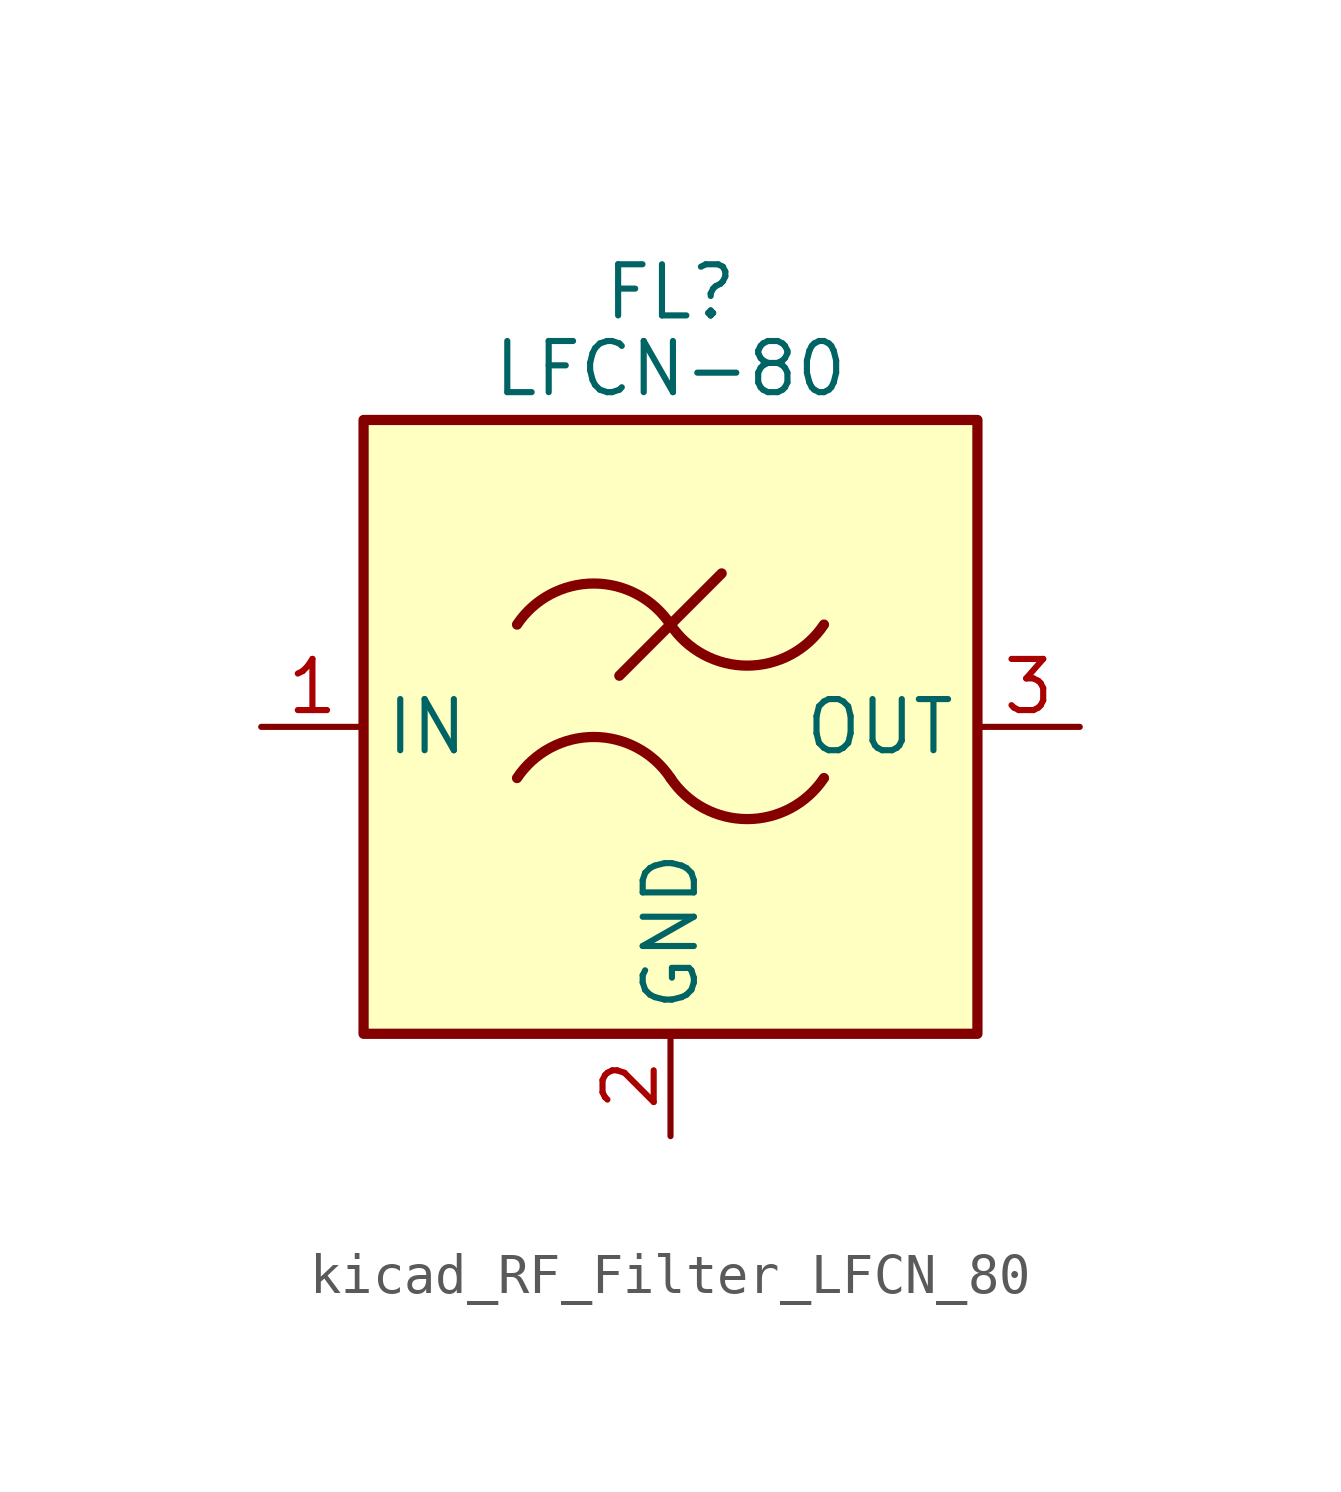
<source format=kicad_sym>
(kicad_symbol_lib
  (version 20220914)
  (generator kicad_symbol_editor)
  (symbol "kicad_RF_Filter_LFCN_80"
    (property "Reference" "FL"
      (at 0 10.795 0)
      (effects (font (size 1.27 1.27))))
    (property "Value" "LFCN-80"
      (at 0 8.89 0)
      (effects (font (size 1.27 1.27))))
    (symbol "kicad_RF_Filter_LFCN_80_0_1"
      (rectangle (start -7.62 7.62) (end 7.62 -7.62) (stroke (width 0.254) (type default)) (fill (type background)))
      (arc (start 0 -1.27) (mid -1.905 -0.2505) (end -3.81 -1.27) (stroke (width 0.254) (type default)) (fill (type none)))
      (arc (start 0 -1.27) (mid 1.905 -2.2895) (end 3.81 -1.27) (stroke (width 0.254) (type default)) (fill (type none)))
      (polyline (pts (xy -1.27 1.27) (xy 1.27 3.81)) (stroke (width 0.254) (type default)) (fill (type none)))
      (arc (start 0 2.54) (mid -1.905 3.5595) (end -3.81 2.54) (stroke (width 0.254) (type default)) (fill (type none)))
      (arc (start 0 2.54) (mid 1.905 1.5205) (end 3.81 2.54) (stroke (width 0.254) (type default)) (fill (type none))))
    (symbol "kicad_RF_Filter_LFCN_80_1_1"
      (pin passive line (at -10.16 0 0) (length 2.54) (name "IN" (effects (font (size 1.27 1.27)))) (number "1" (effects (font (size 1.27 1.27)))))
      (pin passive line (at 0 -10.16 90) (length 2.54) (name "GND" (effects (font (size 1.27 1.27)))) (number "2" (effects (font (size 1.27 1.27)))))
      (pin passive line (at 10.16 0 180) (length 2.54) (name "OUT" (effects (font (size 1.27 1.27)))) (number "3" (effects (font (size 1.27 1.27)))))
      (pin passive line (at 0 -10.16 90) (length 2.54) hide (name "GND" (effects (font (size 1.27 1.27)))) (number "4" (effects (font (size 1.27 1.27))))))))
</source>
